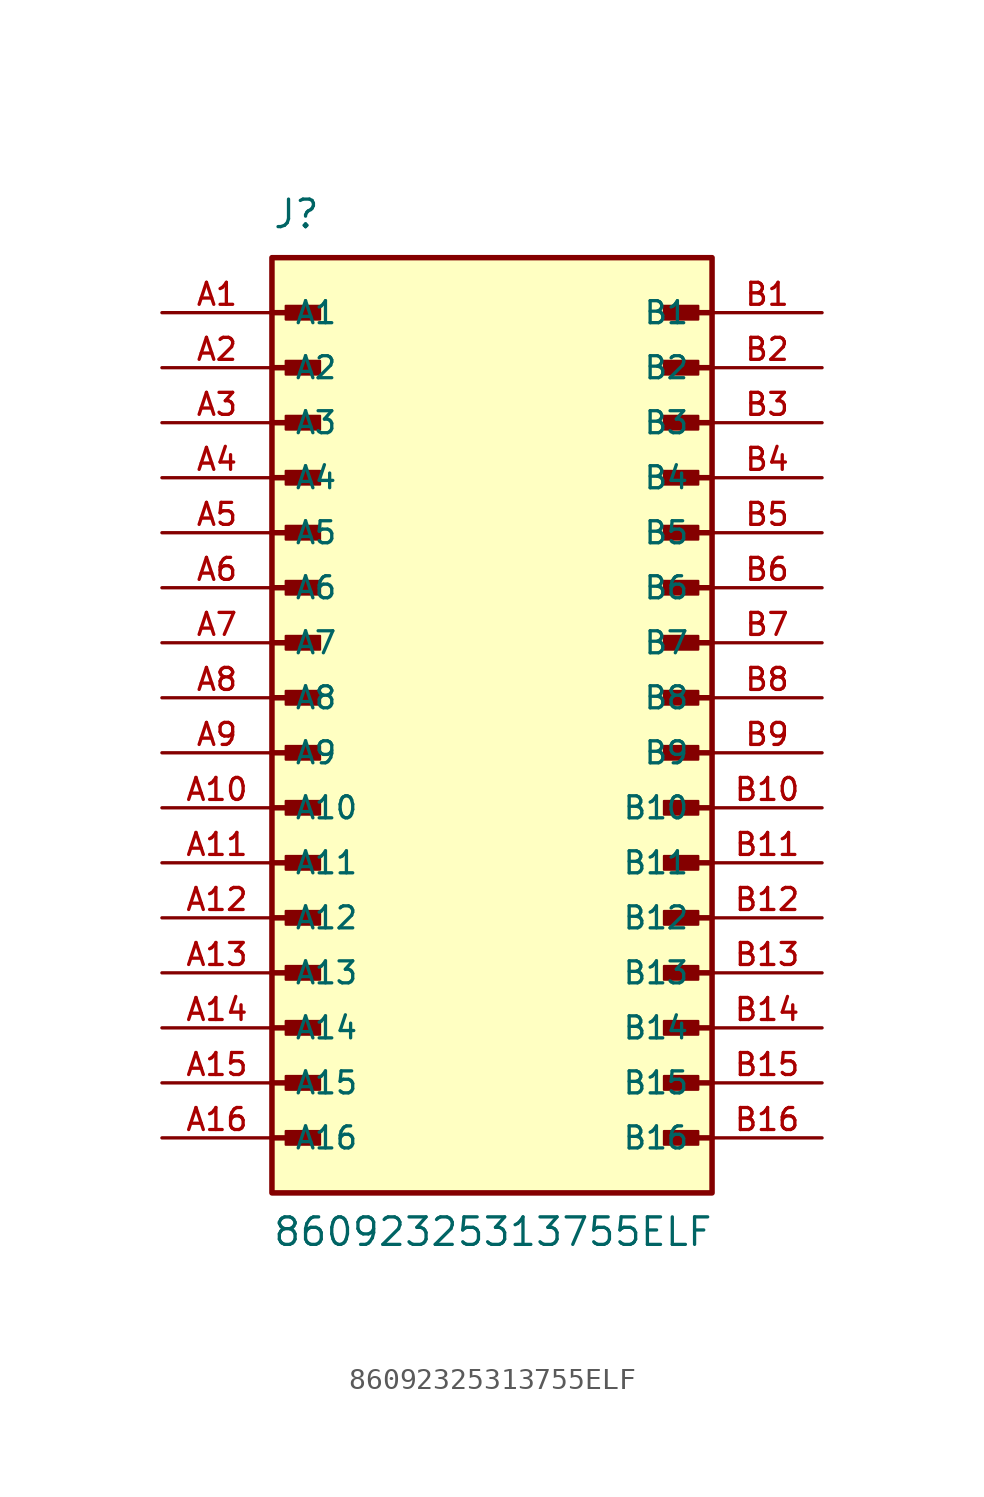
<source format=kicad_sym>
(kicad_symbol_lib
  (version 20211014)
  (generator kicad_symbol_editor)
  (symbol "86092325313755ELF"
    (pin_names
      (offset 1.016))
    (property "Reference" "J"
      (at -10.16 21.59 0)
      (effects (font (size 1.27 1.27)) (justify bottom left)))
    (property "Value" "86092325313755ELF"
      (at -10.16 -25.4 0)
      (effects (font (size 1.27 1.27)) (justify bottom left)))
    (symbol "86092325313755ELF_0_0"
      (polyline (pts (xy -10.16 17.78) (xy -8.255 17.78)) (stroke (width 0.254)))
      (rectangle (start -9.525 17.462) (end -7.938 18.098) (stroke (width 0.1)) (fill (type outline)))
      (polyline (pts (xy -10.16 15.24) (xy -8.255 15.24)) (stroke (width 0.254)))
      (rectangle (start -9.525 14.922) (end -7.938 15.557) (stroke (width 0.1)) (fill (type outline)))
      (polyline (pts (xy -10.16 12.7) (xy -8.255 12.7)) (stroke (width 0.254)))
      (rectangle (start -9.525 12.383) (end -7.938 13.018) (stroke (width 0.1)) (fill (type outline)))
      (polyline (pts (xy -10.16 10.16) (xy -8.255 10.16)) (stroke (width 0.254)))
      (rectangle (start -9.525 9.842) (end -7.938 10.477) (stroke (width 0.1)) (fill (type outline)))
      (polyline (pts (xy -10.16 7.62) (xy -8.255 7.62)) (stroke (width 0.254)))
      (rectangle (start -9.525 7.303) (end -7.938 7.938) (stroke (width 0.1)) (fill (type outline)))
      (polyline (pts (xy -10.16 5.08) (xy -8.255 5.08)) (stroke (width 0.254)))
      (rectangle (start -9.525 4.763) (end -7.938 5.397) (stroke (width 0.1)) (fill (type outline)))
      (polyline (pts (xy -10.16 2.54) (xy -8.255 2.54)) (stroke (width 0.254)))
      (rectangle (start -9.525 2.223) (end -7.938 2.857) (stroke (width 0.1)) (fill (type outline)))
      (polyline (pts (xy 10.16 2.54) (xy 8.255 2.54)) (stroke (width 0.254)))
      (rectangle (start 7.938 2.223) (end 9.525 2.857) (stroke (width 0.1)) (fill (type outline)))
      (polyline (pts (xy 10.16 5.08) (xy 8.255 5.08)) (stroke (width 0.254)))
      (rectangle (start 7.938 4.763) (end 9.525 5.397) (stroke (width 0.1)) (fill (type outline)))
      (polyline (pts (xy 10.16 7.62) (xy 8.255 7.62)) (stroke (width 0.254)))
      (rectangle (start 7.938 7.303) (end 9.525 7.938) (stroke (width 0.1)) (fill (type outline)))
      (polyline (pts (xy 10.16 10.16) (xy 8.255 10.16)) (stroke (width 0.254)))
      (rectangle (start 7.938 9.842) (end 9.525 10.477) (stroke (width 0.1)) (fill (type outline)))
      (polyline (pts (xy 10.16 12.7) (xy 8.255 12.7)) (stroke (width 0.254)))
      (rectangle (start 7.938 12.383) (end 9.525 13.018) (stroke (width 0.1)) (fill (type outline)))
      (polyline (pts (xy 10.16 15.24) (xy 8.255 15.24)) (stroke (width 0.254)))
      (rectangle (start 7.938 14.922) (end 9.525 15.557) (stroke (width 0.1)) (fill (type outline)))
      (polyline (pts (xy 10.16 17.78) (xy 8.255 17.78)) (stroke (width 0.254)))
      (rectangle (start 7.938 17.462) (end 9.525 18.098) (stroke (width 0.1)) (fill (type outline)))
      (polyline (pts (xy -10.16 0.0) (xy -8.255 0.0)) (stroke (width 0.254)))
      (rectangle (start -9.525 -0.318) (end -7.938 0.318) (stroke (width 0.1)) (fill (type outline)))
      (polyline (pts (xy -10.16 -2.54) (xy -8.255 -2.54)) (stroke (width 0.254)))
      (rectangle (start -9.525 -2.857) (end -7.938 -2.223) (stroke (width 0.1)) (fill (type outline)))
      (polyline (pts (xy -10.16 -5.08) (xy -8.255 -5.08)) (stroke (width 0.254)))
      (rectangle (start -9.525 -5.397) (end -7.938 -4.763) (stroke (width 0.1)) (fill (type outline)))
      (polyline (pts (xy -10.16 -7.62) (xy -8.255 -7.62)) (stroke (width 0.254)))
      (rectangle (start -9.525 -7.938) (end -7.938 -7.303) (stroke (width 0.1)) (fill (type outline)))
      (polyline (pts (xy -10.16 -10.16) (xy -8.255 -10.16)) (stroke (width 0.254)))
      (rectangle (start -9.525 -10.477) (end -7.938 -9.842) (stroke (width 0.1)) (fill (type outline)))
      (polyline (pts (xy -10.16 -12.7) (xy -8.255 -12.7)) (stroke (width 0.254)))
      (rectangle (start -9.525 -13.018) (end -7.938 -12.383) (stroke (width 0.1)) (fill (type outline)))
      (polyline (pts (xy -10.16 -15.24) (xy -8.255 -15.24)) (stroke (width 0.254)))
      (rectangle (start -9.525 -15.557) (end -7.938 -14.922) (stroke (width 0.1)) (fill (type outline)))
      (polyline (pts (xy 10.16 -15.24) (xy 8.255 -15.24)) (stroke (width 0.254)))
      (rectangle (start 7.938 -15.557) (end 9.525 -14.922) (stroke (width 0.1)) (fill (type outline)))
      (polyline (pts (xy 10.16 -12.7) (xy 8.255 -12.7)) (stroke (width 0.254)))
      (rectangle (start 7.938 -13.018) (end 9.525 -12.383) (stroke (width 0.1)) (fill (type outline)))
      (polyline (pts (xy 10.16 -10.16) (xy 8.255 -10.16)) (stroke (width 0.254)))
      (rectangle (start 7.938 -10.477) (end 9.525 -9.842) (stroke (width 0.1)) (fill (type outline)))
      (polyline (pts (xy 10.16 -7.62) (xy 8.255 -7.62)) (stroke (width 0.254)))
      (rectangle (start 7.938 -7.938) (end 9.525 -7.303) (stroke (width 0.1)) (fill (type outline)))
      (polyline (pts (xy 10.16 -5.08) (xy 8.255 -5.08)) (stroke (width 0.254)))
      (rectangle (start 7.938 -5.397) (end 9.525 -4.763) (stroke (width 0.1)) (fill (type outline)))
      (polyline (pts (xy 10.16 -2.54) (xy 8.255 -2.54)) (stroke (width 0.254)))
      (rectangle (start 7.938 -2.857) (end 9.525 -2.223) (stroke (width 0.1)) (fill (type outline)))
      (polyline (pts (xy 10.16 0.0) (xy 8.255 0.0)) (stroke (width 0.254)))
      (rectangle (start 7.938 -0.318) (end 9.525 0.318) (stroke (width 0.1)) (fill (type outline)))
      (polyline (pts (xy -10.16 -17.78) (xy -8.255 -17.78)) (stroke (width 0.254)))
      (rectangle (start -9.525 -18.098) (end -7.938 -17.462) (stroke (width 0.1)) (fill (type outline)))
      (polyline (pts (xy -10.16 -20.32) (xy -8.255 -20.32)) (stroke (width 0.254)))
      (rectangle (start -9.525 -20.637) (end -7.938 -20.003) (stroke (width 0.1)) (fill (type outline)))
      (polyline (pts (xy 10.16 -20.32) (xy 8.255 -20.32)) (stroke (width 0.254)))
      (rectangle (start 7.938 -20.637) (end 9.525 -20.003) (stroke (width 0.1)) (fill (type outline)))
      (polyline (pts (xy 10.16 -17.78) (xy 8.255 -17.78)) (stroke (width 0.254)))
      (rectangle (start 7.938 -18.098) (end 9.525 -17.462) (stroke (width 0.1)) (fill (type outline)))
      (rectangle (start -10.16 -22.86) (end 10.16 20.32) (stroke (width 0.254)) (fill (type background)))
      (pin passive line (at -15.24 15.24 0) (length 5.08) (name "A2" (effects (font (size 1.016 1.016)))) (number "A2" (effects (font (size 1.016 1.016)))))
      (pin passive line (at -15.24 10.16 0) (length 5.08) (name "A4" (effects (font (size 1.016 1.016)))) (number "A4" (effects (font (size 1.016 1.016)))))
      (pin passive line (at -15.24 5.08 0) (length 5.08) (name "A6" (effects (font (size 1.016 1.016)))) (number "A6" (effects (font (size 1.016 1.016)))))
      (pin passive line (at -15.24 0.0 0) (length 5.08) (name "A8" (effects (font (size 1.016 1.016)))) (number "A8" (effects (font (size 1.016 1.016)))))
      (pin passive line (at -15.24 -5.08 0) (length 5.08) (name "A10" (effects (font (size 1.016 1.016)))) (number "A10" (effects (font (size 1.016 1.016)))))
      (pin passive line (at -15.24 -10.16 0) (length 5.08) (name "A12" (effects (font (size 1.016 1.016)))) (number "A12" (effects (font (size 1.016 1.016)))))
      (pin passive line (at -15.24 -15.24 0) (length 5.08) (name "A14" (effects (font (size 1.016 1.016)))) (number "A14" (effects (font (size 1.016 1.016)))))
      (pin passive line (at -15.24 -20.32 0) (length 5.08) (name "A16" (effects (font (size 1.016 1.016)))) (number "A16" (effects (font (size 1.016 1.016)))))
      (pin passive line (at 15.24 15.24 180.0) (length 5.08) (name "B2" (effects (font (size 1.016 1.016)))) (number "B2" (effects (font (size 1.016 1.016)))))
      (pin passive line (at 15.24 10.16 180.0) (length 5.08) (name "B4" (effects (font (size 1.016 1.016)))) (number "B4" (effects (font (size 1.016 1.016)))))
      (pin passive line (at 15.24 5.08 180.0) (length 5.08) (name "B6" (effects (font (size 1.016 1.016)))) (number "B6" (effects (font (size 1.016 1.016)))))
      (pin passive line (at 15.24 0.0 180.0) (length 5.08) (name "B8" (effects (font (size 1.016 1.016)))) (number "B8" (effects (font (size 1.016 1.016)))))
      (pin passive line (at 15.24 -5.08 180.0) (length 5.08) (name "B10" (effects (font (size 1.016 1.016)))) (number "B10" (effects (font (size 1.016 1.016)))))
      (pin passive line (at 15.24 -10.16 180.0) (length 5.08) (name "B12" (effects (font (size 1.016 1.016)))) (number "B12" (effects (font (size 1.016 1.016)))))
      (pin passive line (at 15.24 -15.24 180.0) (length 5.08) (name "B14" (effects (font (size 1.016 1.016)))) (number "B14" (effects (font (size 1.016 1.016)))))
      (pin passive line (at 15.24 -20.32 180.0) (length 5.08) (name "B16" (effects (font (size 1.016 1.016)))) (number "B16" (effects (font (size 1.016 1.016)))))
      (pin passive line (at -15.24 17.78 0) (length 5.08) (name "A1" (effects (font (size 1.016 1.016)))) (number "A1" (effects (font (size 1.016 1.016)))))
      (pin passive line (at -15.24 12.7 0) (length 5.08) (name "A3" (effects (font (size 1.016 1.016)))) (number "A3" (effects (font (size 1.016 1.016)))))
      (pin passive line (at -15.24 7.62 0) (length 5.08) (name "A5" (effects (font (size 1.016 1.016)))) (number "A5" (effects (font (size 1.016 1.016)))))
      (pin passive line (at -15.24 2.54 0) (length 5.08) (name "A7" (effects (font (size 1.016 1.016)))) (number "A7" (effects (font (size 1.016 1.016)))))
      (pin passive line (at -15.24 -2.54 0) (length 5.08) (name "A9" (effects (font (size 1.016 1.016)))) (number "A9" (effects (font (size 1.016 1.016)))))
      (pin passive line (at -15.24 -7.62 0) (length 5.08) (name "A11" (effects (font (size 1.016 1.016)))) (number "A11" (effects (font (size 1.016 1.016)))))
      (pin passive line (at -15.24 -12.7 0) (length 5.08) (name "A13" (effects (font (size 1.016 1.016)))) (number "A13" (effects (font (size 1.016 1.016)))))
      (pin passive line (at -15.24 -17.78 0) (length 5.08) (name "A15" (effects (font (size 1.016 1.016)))) (number "A15" (effects (font (size 1.016 1.016)))))
      (pin passive line (at 15.24 17.78 180.0) (length 5.08) (name "B1" (effects (font (size 1.016 1.016)))) (number "B1" (effects (font (size 1.016 1.016)))))
      (pin passive line (at 15.24 12.7 180.0) (length 5.08) (name "B3" (effects (font (size 1.016 1.016)))) (number "B3" (effects (font (size 1.016 1.016)))))
      (pin passive line (at 15.24 7.62 180.0) (length 5.08) (name "B5" (effects (font (size 1.016 1.016)))) (number "B5" (effects (font (size 1.016 1.016)))))
      (pin passive line (at 15.24 2.54 180.0) (length 5.08) (name "B7" (effects (font (size 1.016 1.016)))) (number "B7" (effects (font (size 1.016 1.016)))))
      (pin passive line (at 15.24 -2.54 180.0) (length 5.08) (name "B9" (effects (font (size 1.016 1.016)))) (number "B9" (effects (font (size 1.016 1.016)))))
      (pin passive line (at 15.24 -7.62 180.0) (length 5.08) (name "B11" (effects (font (size 1.016 1.016)))) (number "B11" (effects (font (size 1.016 1.016)))))
      (pin passive line (at 15.24 -12.7 180.0) (length 5.08) (name "B13" (effects (font (size 1.016 1.016)))) (number "B13" (effects (font (size 1.016 1.016)))))
      (pin passive line (at 15.24 -17.78 180.0) (length 5.08) (name "B15" (effects (font (size 1.016 1.016)))) (number "B15" (effects (font (size 1.016 1.016))))))))
</source>
